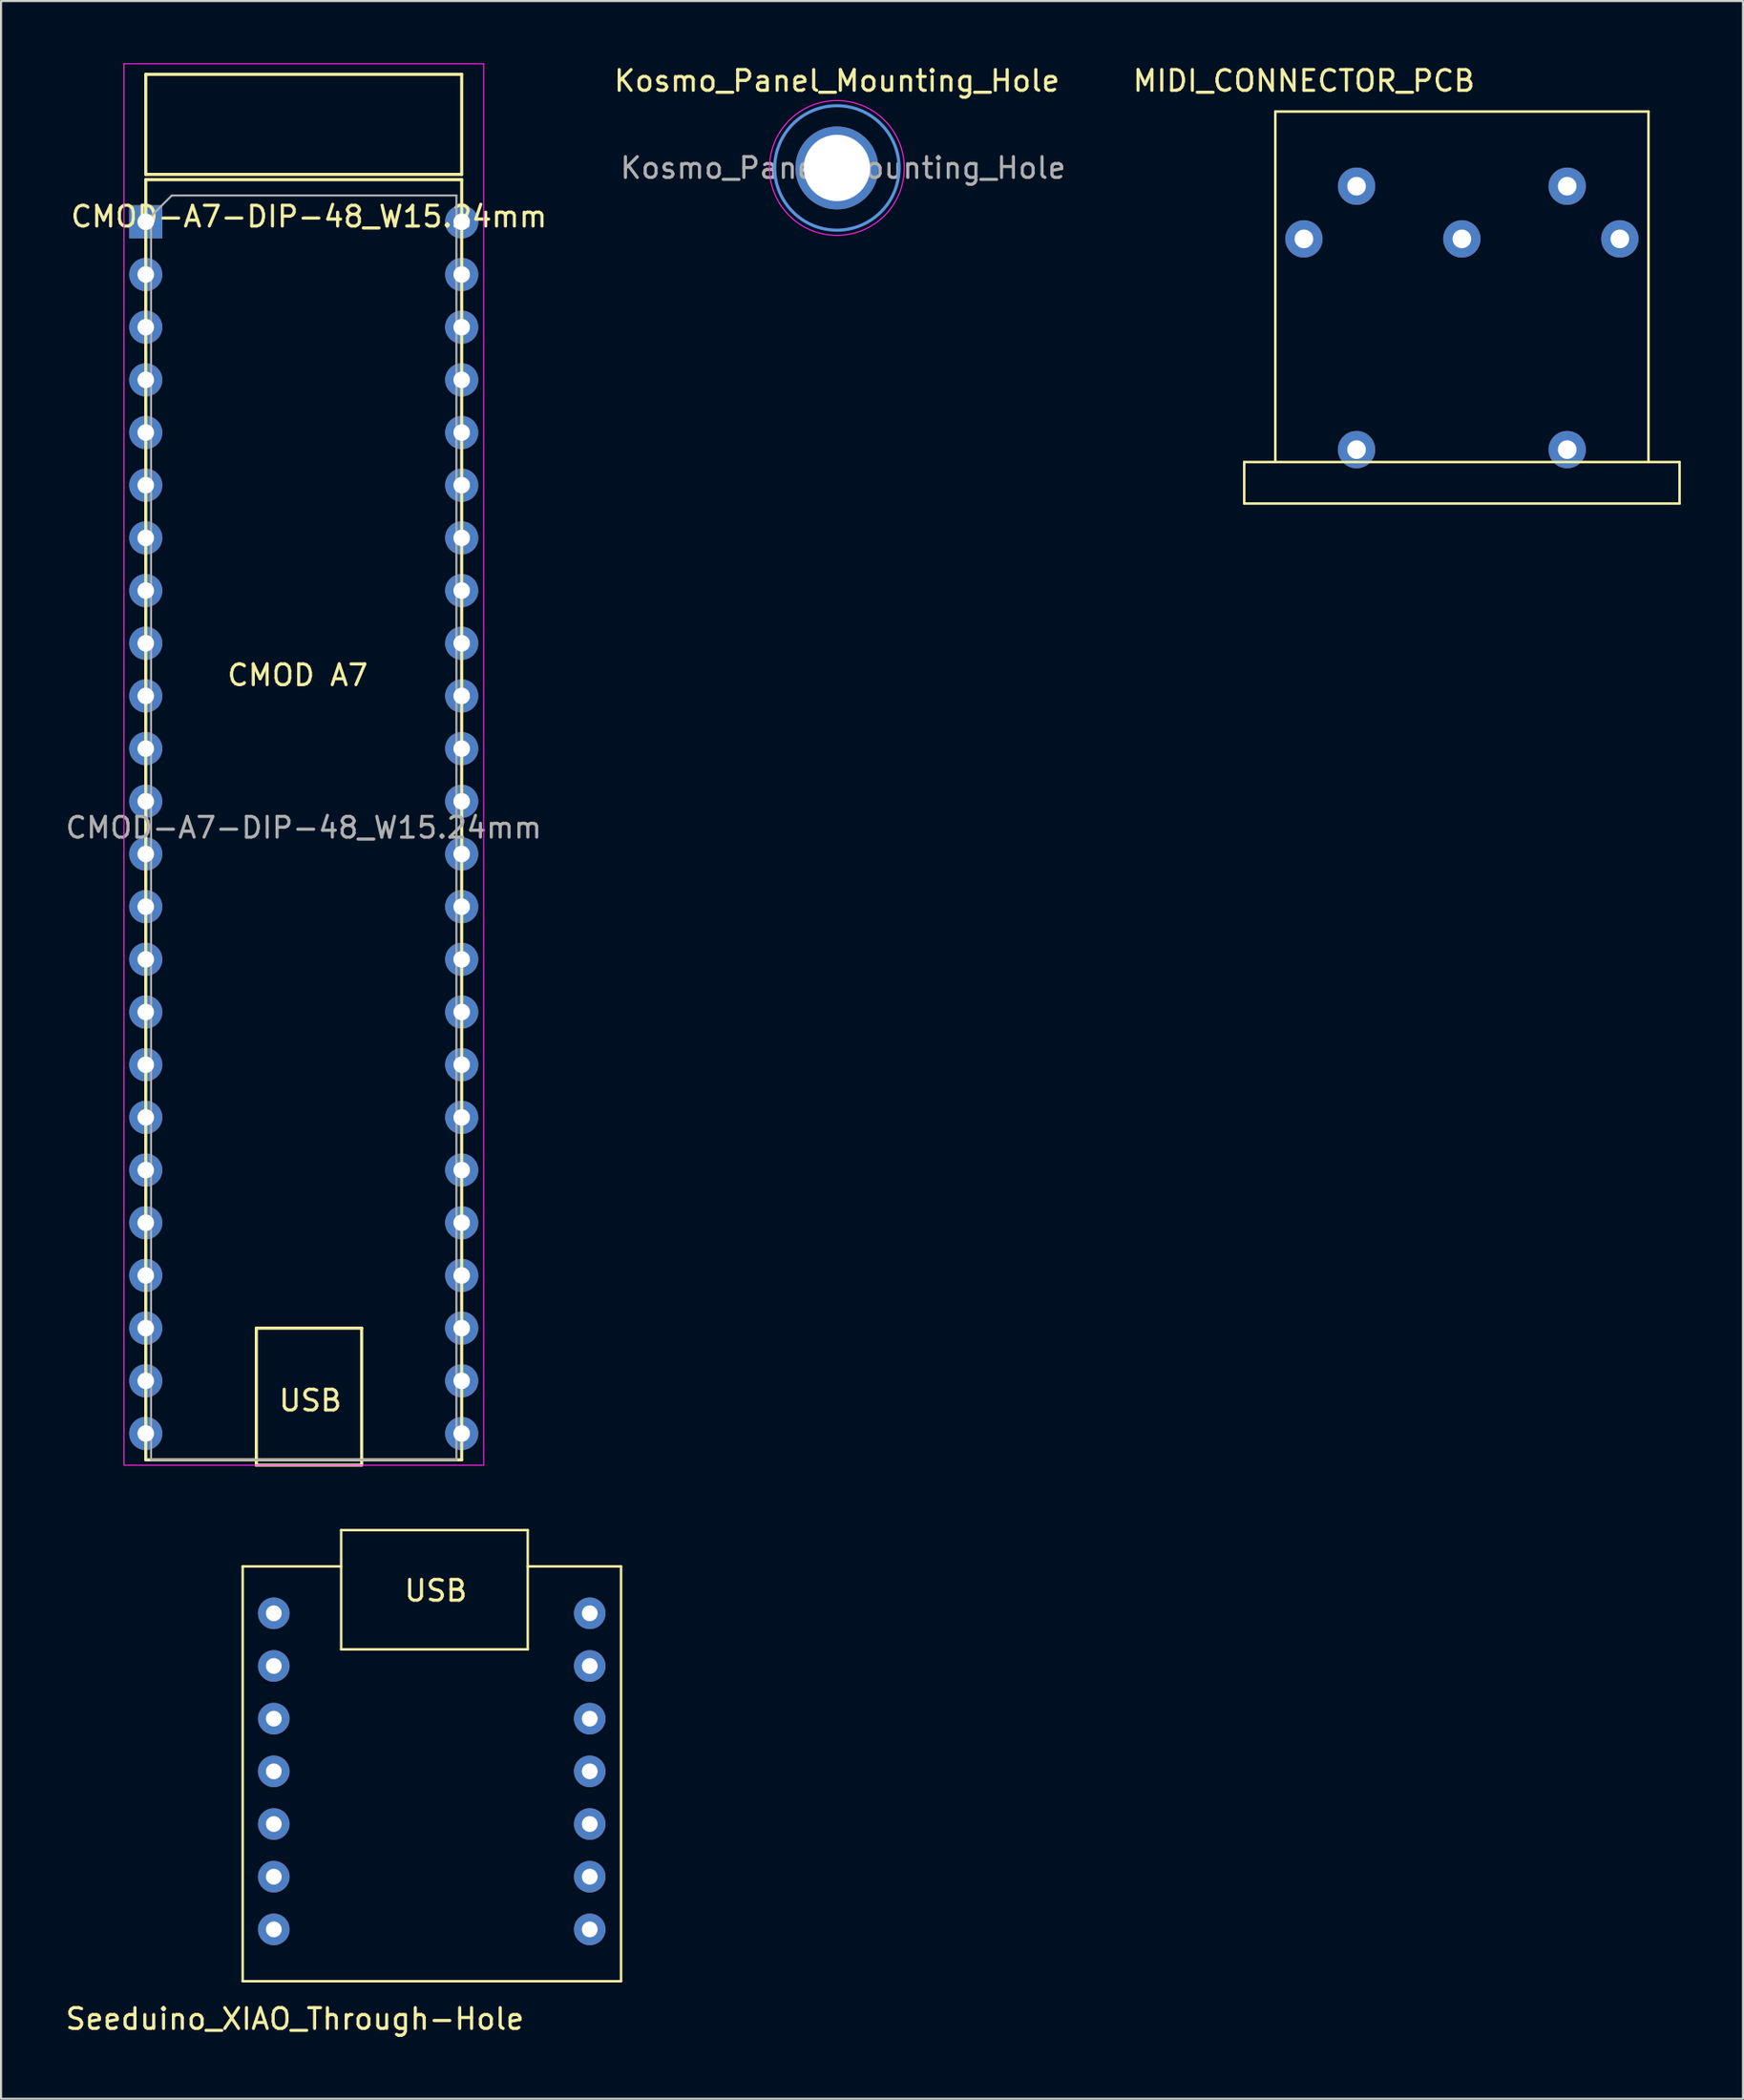
<source format=kicad_pcb>
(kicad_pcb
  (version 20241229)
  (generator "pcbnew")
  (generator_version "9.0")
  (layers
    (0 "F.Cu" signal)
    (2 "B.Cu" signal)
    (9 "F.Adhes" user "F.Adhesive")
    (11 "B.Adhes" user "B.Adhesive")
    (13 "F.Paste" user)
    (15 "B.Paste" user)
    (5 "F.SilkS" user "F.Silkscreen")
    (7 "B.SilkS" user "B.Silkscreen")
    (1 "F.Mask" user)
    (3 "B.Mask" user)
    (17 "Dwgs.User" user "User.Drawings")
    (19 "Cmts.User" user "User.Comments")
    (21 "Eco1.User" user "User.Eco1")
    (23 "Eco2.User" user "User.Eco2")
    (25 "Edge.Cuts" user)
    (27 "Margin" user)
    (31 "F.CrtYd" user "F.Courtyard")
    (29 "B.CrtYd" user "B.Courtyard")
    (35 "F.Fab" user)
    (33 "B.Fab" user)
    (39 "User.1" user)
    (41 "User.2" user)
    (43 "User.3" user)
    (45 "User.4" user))
  (footprint "Seeduino_XIAO_Through-Hole"
    (layer "F.Cu")
    (at 10.157 89.974)
    (property "Reference" "Seeduino_XIAO_Through-Hole" (at 1.016 4.318 0) (layer "F.SilkS") (effects (font (size 1 1) (thickness 0.15))))
    (attr through_hole)
    (fp_line (start -1.5 -17.5) (end -1.5 2.5) (stroke (width 0.12) (type solid)) (layer "F.SilkS"))
    (fp_line (start -1.5 2.5) (end 16.75 2.5) (stroke (width 0.12) (type solid)) (layer "F.SilkS"))
    (fp_line (start 3.25 -19.25) (end 3.25 -13.5) (stroke (width 0.12) (type solid)) (layer "F.SilkS"))
    (fp_line (start 3.25 -17.5) (end -1.5 -17.5) (stroke (width 0.12) (type solid)) (layer "F.SilkS"))
    (fp_line (start 3.25 -13.5) (end 12.25 -13.5) (stroke (width 0.12) (type solid)) (layer "F.SilkS"))
    (fp_line (start 12.25 -19.25) (end 3.25 -19.25) (stroke (width 0.12) (type solid)) (layer "F.SilkS"))
    (fp_line (start 12.25 -13.5) (end 12.25 -19.25) (stroke (width 0.12) (type solid)) (layer "F.SilkS"))
    (fp_line (start 16.75 -17.5) (end 12.25 -17.5) (stroke (width 0.12) (type solid)) (layer "F.SilkS"))
    (fp_line (start 16.75 2.5) (end 16.75 -17.5) (stroke (width 0.12) (type solid)) (layer "F.SilkS"))
    (fp_text user "USB" (at 7.815 -16.33 0) (layer "F.SilkS") (effects (font (size 1 1) (thickness 0.15))))
    (pad "1" thru_hole circle (at 0 -15.24) (size 1.524 1.524) (drill 0.762) (layers "*.Cu" "*.Mask"))
    (pad "2" thru_hole circle (at 0 -12.7) (size 1.524 1.524) (drill 0.762) (layers "*.Cu" "*.Mask"))
    (pad "3" thru_hole circle (at 0 -10.16) (size 1.524 1.524) (drill 0.762) (layers "*.Cu" "*.Mask"))
    (pad "4" thru_hole circle (at 0 -7.62) (size 1.524 1.524) (drill 0.762) (layers "*.Cu" "*.Mask"))
    (pad "5" thru_hole circle (at 0 -5.08) (size 1.524 1.524) (drill 0.762) (layers "*.Cu" "*.Mask"))
    (pad "6" thru_hole circle (at 0 -2.54) (size 1.524 1.524) (drill 0.762) (layers "*.Cu" "*.Mask"))
    (pad "7" thru_hole circle (at 0 0) (size 1.524 1.524) (drill 0.762) (layers "*.Cu" "*.Mask"))
    (pad "8" thru_hole circle (at 15.24 0) (size 1.524 1.524) (drill 0.762) (layers "*.Cu" "*.Mask"))
    (pad "9" thru_hole circle (at 15.24 -2.54) (size 1.524 1.524) (drill 0.762) (layers "*.Cu" "*.Mask"))
    (pad "10" thru_hole circle (at 15.24 -5.08) (size 1.524 1.524) (drill 0.762) (layers "*.Cu" "*.Mask"))
    (pad "11" thru_hole circle (at 15.24 -7.62) (size 1.524 1.524) (drill 0.762) (layers "*.Cu" "*.Mask"))
    (pad "12" thru_hole circle (at 15.24 -10.16) (size 1.524 1.524) (drill 0.762) (layers "*.Cu" "*.Mask"))
    (pad "13" thru_hole circle (at 15.24 -12.7) (size 1.524 1.524) (drill 0.762) (layers "*.Cu" "*.Mask"))
    (pad "14" thru_hole circle (at 15.24 -15.24) (size 1.524 1.524) (drill 0.762) (layers "*.Cu" "*.Mask")))
  (footprint "CMOD-A7-DIP-48_W15.24mm"
    (layer "F.Cu")
    (at 10.585 10.185)
    (property "Reference" "CMOD-A7-DIP-48_W15.24mm" (at 1.27 -2.794 0) (layer "F.SilkS") (effects (font (size 1 1) (thickness 0.15))))
    (attr through_hole)
    (fp_line (start -6.604 -9.652) (end 8.636 -9.652) (stroke (width 0.15) (type solid)) (layer "F.SilkS"))
    (fp_line (start -6.604 -4.826) (end -6.604 -9.652) (stroke (width 0.15) (type solid)) (layer "F.SilkS"))
    (fp_line (start -6.604 -4.572) (end -6.604 57.15) (stroke (width 0.15) (type solid)) (layer "F.SilkS"))
    (fp_line (start -6.604 57.15) (end 8.636 57.15) (stroke (width 0.15) (type solid)) (layer "F.SilkS"))
    (fp_line (start -1.27 50.8) (end 3.81 50.8) (stroke (width 0.15) (type solid)) (layer "F.SilkS"))
    (fp_line (start -1.27 57.404) (end -1.27 50.8) (stroke (width 0.15) (type solid)) (layer "F.SilkS"))
    (fp_line (start 3.81 50.8) (end 3.81 57.404) (stroke (width 0.15) (type solid)) (layer "F.SilkS"))
    (fp_line (start 3.81 57.404) (end -1.27 57.404) (stroke (width 0.15) (type solid)) (layer "F.SilkS"))
    (fp_line (start 8.636 -9.652) (end 8.636 -4.826) (stroke (width 0.15) (type solid)) (layer "F.SilkS"))
    (fp_line (start 8.636 -4.826) (end -6.604 -4.826) (stroke (width 0.15) (type solid)) (layer "F.SilkS"))
    (fp_line (start 8.636 -4.572) (end -6.604 -4.572) (stroke (width 0.15) (type solid)) (layer "F.SilkS"))
    (fp_line (start 8.636 57.15) (end 8.636 -4.572) (stroke (width 0.15) (type solid)) (layer "F.SilkS"))
    (fp_line (start -7.654 -10.16) (end -7.654 57.41) (stroke (width 0.05) (type solid)) (layer "F.CrtYd"))
    (fp_line (start -7.654 57.41) (end 9.696 57.41) (stroke (width 0.05) (type solid)) (layer "F.CrtYd"))
    (fp_line (start 9.696 -10.16) (end -7.654 -10.16) (stroke (width 0.05) (type solid)) (layer "F.CrtYd"))
    (fp_line (start 9.696 57.41) (end 9.696 -10.16) (stroke (width 0.05) (type solid)) (layer "F.CrtYd"))
    (fp_line (start -6.349 -2.81) (end -5.349 -3.81) (stroke (width 0.1) (type solid)) (layer "F.Fab"))
    (fp_line (start -6.349 57.15) (end -6.349 -2.81) (stroke (width 0.1) (type solid)) (layer "F.Fab"))
    (fp_line (start -5.349 -3.81) (end 8.381 -3.81) (stroke (width 0.1) (type solid)) (layer "F.Fab"))
    (fp_line (start 8.381 -3.81) (end 8.381 57.15) (stroke (width 0.1) (type solid)) (layer "F.Fab"))
    (fp_line (start 8.381 57.15) (end -6.349 57.15) (stroke (width 0.1) (type solid)) (layer "F.Fab"))
    (fp_text user "CMOD A7" (at 0.725 19.32 0) (layer "F.SilkS") (effects (font (size 1 1) (thickness 0.15))))
    (fp_text user "USB" (at 1.335 54.29 0) (layer "F.SilkS") (effects (font (size 1 1) (thickness 0.15))))
    (fp_text user "${REFERENCE}" (at 1.016 26.67 0) (layer "F.Fab") (effects (font (size 1 1) (thickness 0.15))))
    (pad "1" thru_hole rect (at -6.604 -2.54) (size 1.6 1.6) (drill 0.8) (layers "*.Cu" "*.Mask"))
    (pad "2" thru_hole oval (at -6.604 0) (size 1.6 1.6) (drill 0.8) (layers "*.Cu" "*.Mask"))
    (pad "3" thru_hole oval (at -6.604 2.54) (size 1.6 1.6) (drill 0.8) (layers "*.Cu" "*.Mask"))
    (pad "4" thru_hole oval (at -6.604 5.08) (size 1.6 1.6) (drill 0.8) (layers "*.Cu" "*.Mask"))
    (pad "5" thru_hole oval (at -6.604 7.62) (size 1.6 1.6) (drill 0.8) (layers "*.Cu" "*.Mask"))
    (pad "6" thru_hole oval (at -6.604 10.16) (size 1.6 1.6) (drill 0.8) (layers "*.Cu" "*.Mask"))
    (pad "7" thru_hole oval (at -6.604 12.7) (size 1.6 1.6) (drill 0.8) (layers "*.Cu" "*.Mask"))
    (pad "8" thru_hole oval (at -6.604 15.24) (size 1.6 1.6) (drill 0.8) (layers "*.Cu" "*.Mask"))
    (pad "9" thru_hole oval (at -6.604 17.78) (size 1.6 1.6) (drill 0.8) (layers "*.Cu" "*.Mask"))
    (pad "10" thru_hole oval (at -6.604 20.32) (size 1.6 1.6) (drill 0.8) (layers "*.Cu" "*.Mask"))
    (pad "11" thru_hole oval (at -6.604 22.86) (size 1.6 1.6) (drill 0.8) (layers "*.Cu" "*.Mask"))
    (pad "12" thru_hole oval (at -6.604 25.4) (size 1.6 1.6) (drill 0.8) (layers "*.Cu" "*.Mask"))
    (pad "13" thru_hole oval (at -6.604 27.94) (size 1.6 1.6) (drill 0.8) (layers "*.Cu" "*.Mask"))
    (pad "14" thru_hole oval (at -6.604 30.48) (size 1.6 1.6) (drill 0.8) (layers "*.Cu" "*.Mask"))
    (pad "15" thru_hole oval (at -6.604 33.02) (size 1.6 1.6) (drill 0.8) (layers "*.Cu" "*.Mask"))
    (pad "16" thru_hole oval (at -6.604 35.56) (size 1.6 1.6) (drill 0.8) (layers "*.Cu" "*.Mask"))
    (pad "17" thru_hole oval (at -6.604 38.1) (size 1.6 1.6) (drill 0.8) (layers "*.Cu" "*.Mask"))
    (pad "18" thru_hole oval (at -6.604 40.64) (size 1.6 1.6) (drill 0.8) (layers "*.Cu" "*.Mask"))
    (pad "19" thru_hole oval (at -6.604 43.18) (size 1.6 1.6) (drill 0.8) (layers "*.Cu" "*.Mask"))
    (pad "20" thru_hole oval (at -6.604 45.72) (size 1.6 1.6) (drill 0.8) (layers "*.Cu" "*.Mask"))
    (pad "21" thru_hole oval (at -6.604 48.26) (size 1.6 1.6) (drill 0.8) (layers "*.Cu" "*.Mask"))
    (pad "22" thru_hole oval (at -6.604 50.8) (size 1.6 1.6) (drill 0.8) (layers "*.Cu" "*.Mask"))
    (pad "23" thru_hole oval (at -6.604 53.34) (size 1.6 1.6) (drill 0.8) (layers "*.Cu" "*.Mask"))
    (pad "24" thru_hole oval (at -6.604 55.88) (size 1.6 1.6) (drill 0.8) (layers "*.Cu" "*.Mask"))
    (pad "25" thru_hole oval (at 8.636 55.88) (size 1.6 1.6) (drill 0.8) (layers "*.Cu" "*.Mask"))
    (pad "26" thru_hole oval (at 8.636 53.34) (size 1.6 1.6) (drill 0.8) (layers "*.Cu" "*.Mask"))
    (pad "27" thru_hole oval (at 8.636 50.8) (size 1.6 1.6) (drill 0.8) (layers "*.Cu" "*.Mask"))
    (pad "28" thru_hole oval (at 8.636 48.26) (size 1.6 1.6) (drill 0.8) (layers "*.Cu" "*.Mask"))
    (pad "29" thru_hole oval (at 8.636 45.72) (size 1.6 1.6) (drill 0.8) (layers "*.Cu" "*.Mask"))
    (pad "30" thru_hole oval (at 8.636 43.18) (size 1.6 1.6) (drill 0.8) (layers "*.Cu" "*.Mask"))
    (pad "31" thru_hole oval (at 8.636 40.64) (size 1.6 1.6) (drill 0.8) (layers "*.Cu" "*.Mask"))
    (pad "32" thru_hole oval (at 8.636 38.1) (size 1.6 1.6) (drill 0.8) (layers "*.Cu" "*.Mask"))
    (pad "33" thru_hole oval (at 8.636 35.56) (size 1.6 1.6) (drill 0.8) (layers "*.Cu" "*.Mask"))
    (pad "34" thru_hole oval (at 8.636 33.02) (size 1.6 1.6) (drill 0.8) (layers "*.Cu" "*.Mask"))
    (pad "35" thru_hole oval (at 8.636 30.48) (size 1.6 1.6) (drill 0.8) (layers "*.Cu" "*.Mask"))
    (pad "36" thru_hole oval (at 8.636 27.94) (size 1.6 1.6) (drill 0.8) (layers "*.Cu" "*.Mask"))
    (pad "37" thru_hole oval (at 8.636 25.4) (size 1.6 1.6) (drill 0.8) (layers "*.Cu" "*.Mask"))
    (pad "38" thru_hole oval (at 8.636 22.86) (size 1.6 1.6) (drill 0.8) (layers "*.Cu" "*.Mask"))
    (pad "39" thru_hole oval (at 8.636 20.32) (size 1.6 1.6) (drill 0.8) (layers "*.Cu" "*.Mask"))
    (pad "40" thru_hole oval (at 8.636 17.78) (size 1.6 1.6) (drill 0.8) (layers "*.Cu" "*.Mask"))
    (pad "41" thru_hole oval (at 8.636 15.24) (size 1.6 1.6) (drill 0.8) (layers "*.Cu" "*.Mask"))
    (pad "42" thru_hole oval (at 8.636 12.7) (size 1.6 1.6) (drill 0.8) (layers "*.Cu" "*.Mask"))
    (pad "43" thru_hole oval (at 8.636 10.16) (size 1.6 1.6) (drill 0.8) (layers "*.Cu" "*.Mask"))
    (pad "44" thru_hole oval (at 8.636 7.62) (size 1.6 1.6) (drill 0.8) (layers "*.Cu" "*.Mask"))
    (pad "45" thru_hole oval (at 8.636 5.08) (size 1.6 1.6) (drill 0.8) (layers "*.Cu" "*.Mask"))
    (pad "46" thru_hole oval (at 8.636 2.54) (size 1.6 1.6) (drill 0.8) (layers "*.Cu" "*.Mask"))
    (pad "47" thru_hole oval (at 8.636 0) (size 1.6 1.6) (drill 0.8) (layers "*.Cu" "*.Mask"))
    (pad "48" thru_hole oval (at 8.636 -2.54) (size 1.6 1.6) (drill 0.8) (layers "*.Cu" "*.Mask")))
  (footprint "MIDI_CONNECTOR_PCB"
    (layer "F.Cu")
    (at 56.966 21.228)
    (property "Reference" "MIDI_CONNECTOR_PCB" (at 2.88 -20.38 0) (layer "F.SilkS") (effects (font (size 1 1) (thickness 0.15))))
    (attr through_hole)
    (fp_line (start 0 -2) (end 0 0) (stroke (width 0.12) (type solid)) (layer "F.SilkS"))
    (fp_line (start 0 0) (end 21 0) (stroke (width 0.12) (type solid)) (layer "F.SilkS"))
    (fp_line (start 1.5 -18.9) (end 19.5 -18.9) (stroke (width 0.12) (type solid)) (layer "F.SilkS"))
    (fp_line (start 1.5 -2) (end 1.5 -18.9) (stroke (width 0.12) (type solid)) (layer "F.SilkS"))
    (fp_line (start 19.5 -18.9) (end 19.5 -2) (stroke (width 0.12) (type solid)) (layer "F.SilkS"))
    (fp_line (start 21 -2) (end 0 -2) (stroke (width 0.12) (type solid)) (layer "F.SilkS"))
    (fp_line (start 21 0) (end 21 -2) (stroke (width 0.12) (type solid)) (layer "F.SilkS"))
    (pad "1" thru_hole circle (at 2.88 -12.76) (size 1.8 1.8) (drill 0.9) (layers "*.Cu" "*.Mask"))
    (pad "2" thru_hole circle (at 10.5 -12.76) (size 1.8 1.8) (drill 0.9) (layers "*.Cu" "*.Mask"))
    (pad "3" thru_hole circle (at 18.12 -12.76) (size 1.8 1.8) (drill 0.9) (layers "*.Cu" "*.Mask"))
    (pad "4" thru_hole circle (at 5.42 -15.3) (size 1.8 1.8) (drill 0.9) (layers "*.Cu" "*.Mask"))
    (pad "5" thru_hole circle (at 15.58 -15.3) (size 1.8 1.8) (drill 0.9) (layers "*.Cu" "*.Mask"))
    (pad "~" thru_hole circle (at 5.42 -2.6) (size 1.8 1.8) (drill 0.9) (layers "*.Cu" "*.Mask"))
    (pad "~" thru_hole circle (at 15.58 -2.6) (size 1.8 1.8) (drill 0.9) (layers "*.Cu" "*.Mask")))
  (footprint "Kosmo_Panel_Mounting_Hole"
    (layer "F.Cu")
    (at 37.319 5.048)
    (property "Reference" "Kosmo_Panel_Mounting_Hole" (at 0 -4.2 0) (layer "F.SilkS") (effects (font (size 1 1) (thickness 0.15))))
    (attr exclude_from_pos_files exclude_from_bom)
    (fp_circle (center 0 0) (end 3 0) (stroke (width 0.15) (type solid)) (fill no) (layer "Cmts.User"))
    (fp_circle (center 0 0) (end 3.25 0) (stroke (width 0.05) (type solid)) (fill no) (layer "F.CrtYd"))
    (fp_text user "${REFERENCE}" (at 0.3 0 0) (layer "F.Fab") (effects (font (size 1 1) (thickness 0.15))))
    (pad "1" thru_hole circle (at 0 0) (size 4 4) (drill 3.2) (layers "*.Cu" "*.Mask")))
  (gr_rect
    (start -3 -3)
    (end 81.026 98.14)
    (stroke (width 0.1) (type default))
    (fill no)
    (layer "Edge.Cuts")))
</source>
